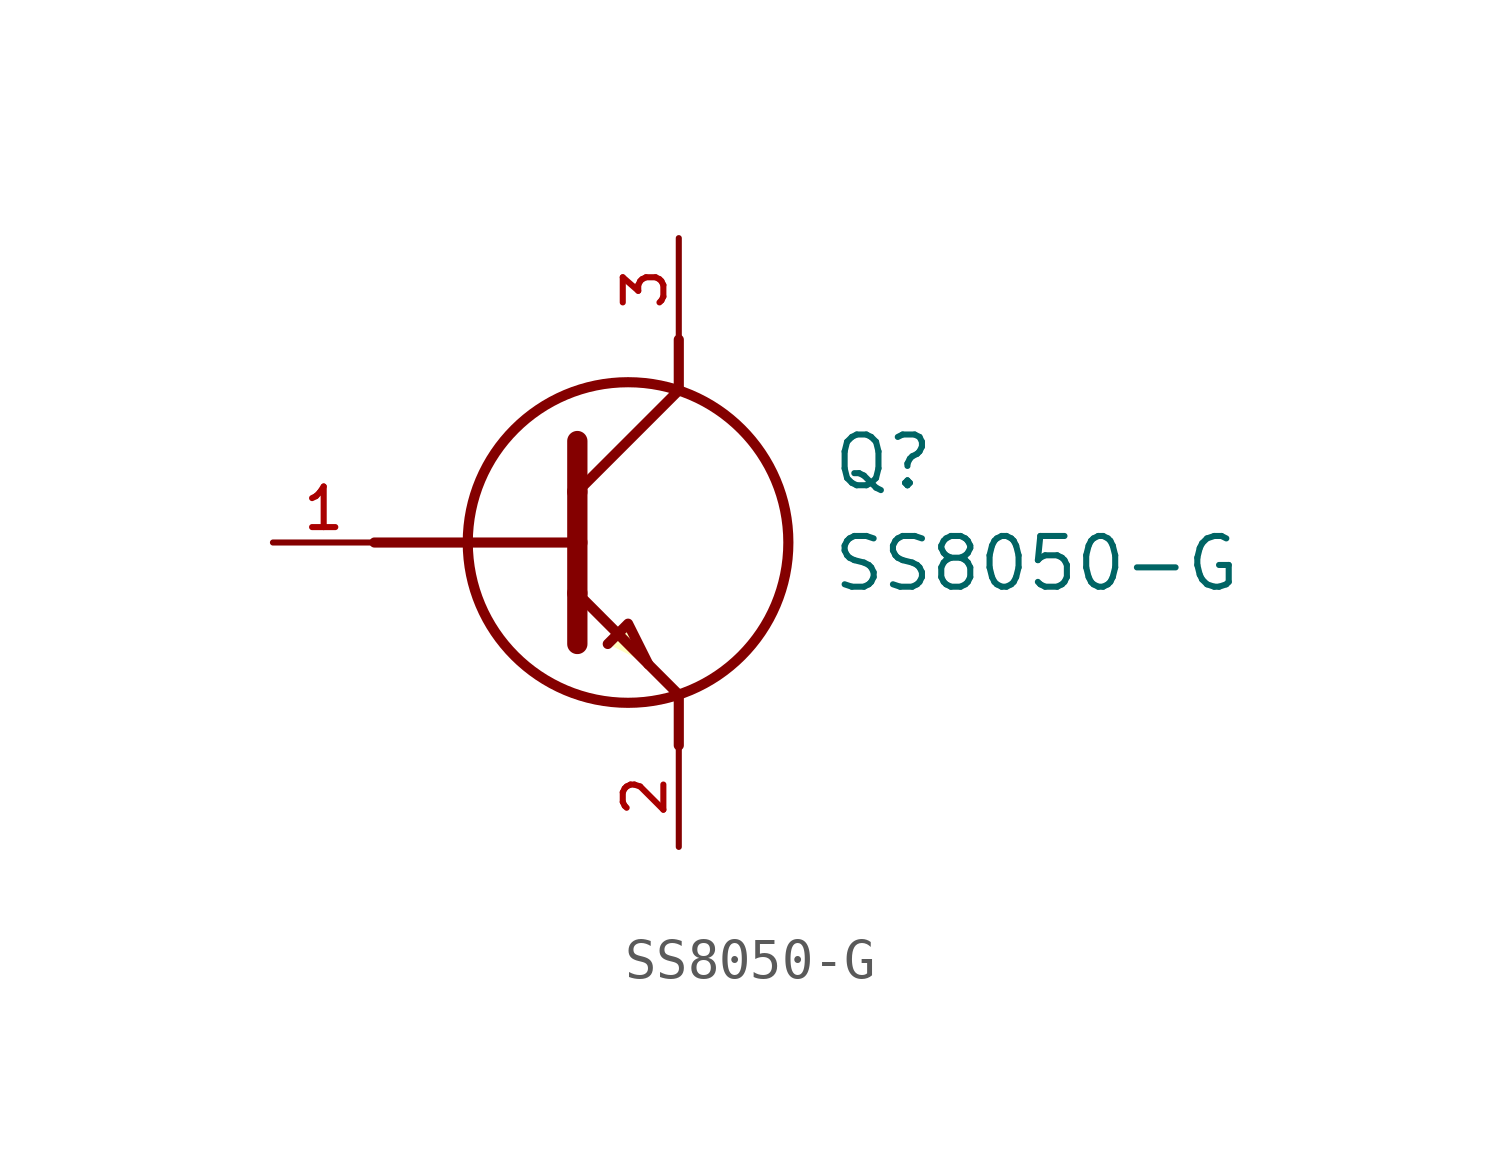
<source format=kicad_sym>
(kicad_symbol_lib
  (version 20210619)
  (generator kicad_symbol_editor)
  (symbol "SS8050-G"
    (pin_names
      (offset 1.016) hide)
    (property "Reference" "Q"
      (at 13.97 1.27 0)
      (effects (font (size 1.27 1.27)) (justify left bottom)))
    (property "Value" "SS8050-G"
      (at 13.97 -1.27 0)
      (effects (font (size 1.27 1.27)) (justify left bottom)))
    (property "ki_locked" ""
      (at 0 0 0)
      (effects (font (size 1.27 1.27))))
    (symbol "SS8050-G_0_0"
      (circle (center 8.89 0) (radius 4.013) (stroke (width 0.254)) (fill (type none)))
      (polyline (pts (xy 2.54 0) (xy 7.62 0)) (stroke (width 0.254)) (fill (type none)))
      (polyline (pts (xy 7.62 -1.27) (xy 7.62 -2.54)) (stroke (width 0.508)) (fill (type none)))
      (polyline (pts (xy 7.62 -1.27) (xy 10.16 -3.81)) (stroke (width 0.254)) (fill (type none)))
      (polyline (pts (xy 7.62 0) (xy 7.62 -1.27)) (stroke (width 0.508)) (fill (type none)))
      (polyline (pts (xy 7.62 1.27) (xy 7.62 0)) (stroke (width 0.508)) (fill (type none)))
      (polyline (pts (xy 7.62 1.27) (xy 10.16 3.81)) (stroke (width 0.254)) (fill (type none)))
      (polyline (pts (xy 7.62 2.54) (xy 7.62 1.27)) (stroke (width 0.508)) (fill (type none)))
      (polyline (pts (xy 10.16 -3.81) (xy 10.16 -5.08)) (stroke (width 0.254)) (fill (type none)))
      (polyline (pts (xy 10.16 3.81) (xy 10.16 5.08)) (stroke (width 0.254)) (fill (type none)))
      (polyline (pts (xy 8.382 -2.54) (xy 8.89 -2.032) (xy 9.398 -3.048)) (stroke (width 0.254)) (fill (type background)))
      (pin bidirectional line (at 0 0 0) (length 2.54) (name "~" (effects (font (size 1.016 1.016)))) (number "1" (effects (font (size 1.016 1.016)))))
      (pin bidirectional line (at 10.16 -7.62 90) (length 2.54) (name "~" (effects (font (size 1.016 1.016)))) (number "2" (effects (font (size 1.016 1.016)))))
      (pin bidirectional line (at 10.16 7.62 270) (length 2.54) (name "~" (effects (font (size 1.016 1.016)))) (number "3" (effects (font (size 1.016 1.016))))))))
</source>
